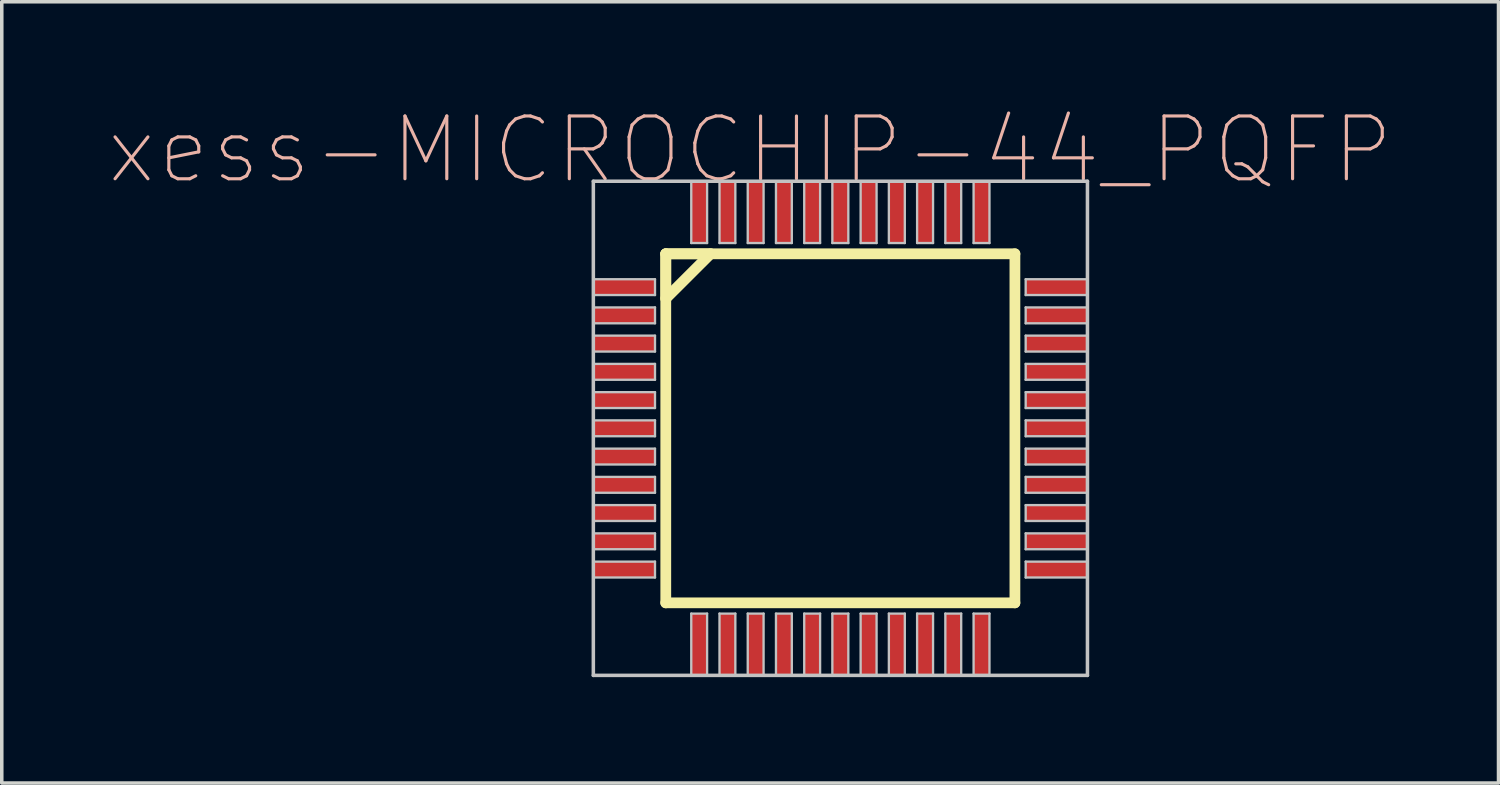
<source format=kicad_pcb>
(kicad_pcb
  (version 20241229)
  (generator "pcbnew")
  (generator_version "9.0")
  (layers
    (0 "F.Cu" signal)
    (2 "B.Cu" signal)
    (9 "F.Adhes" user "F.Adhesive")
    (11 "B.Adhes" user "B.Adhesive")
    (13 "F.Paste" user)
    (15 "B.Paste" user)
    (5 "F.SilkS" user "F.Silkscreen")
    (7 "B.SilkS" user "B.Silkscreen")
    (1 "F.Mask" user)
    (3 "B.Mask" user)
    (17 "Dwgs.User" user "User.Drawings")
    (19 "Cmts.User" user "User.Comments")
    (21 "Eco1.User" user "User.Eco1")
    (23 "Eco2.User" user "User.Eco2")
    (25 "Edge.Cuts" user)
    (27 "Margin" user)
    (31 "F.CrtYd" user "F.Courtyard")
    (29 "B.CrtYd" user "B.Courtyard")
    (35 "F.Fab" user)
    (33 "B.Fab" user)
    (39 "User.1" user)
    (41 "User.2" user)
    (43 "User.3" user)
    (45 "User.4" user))
  (footprint "xess-MICROCHIP-44_PQFP"
    (layer "F.Cu")
    (at 15.133 5.085)
    (property "Reference" "xess-MICROCHIP-44_PQFP" (at 3.068 -3.889 0) (layer "B.SilkS") (effects (font (size 1.778 1.778) (thickness 0.089))))
    (attr smd)
    (fp_line (start 0.678 -0.945) (end 0.678 0.323) (stroke (width 0.305) (type solid)) (layer "F.SilkS"))
    (fp_line (start 0.678 -0.945) (end 0.678 8.943) (stroke (width 0.305) (type solid)) (layer "F.SilkS"))
    (fp_line (start 0.678 0.323) (end 1.948 -0.945) (stroke (width 0.305) (type solid)) (layer "F.SilkS"))
    (fp_line (start 0.678 8.943) (end 10.569 8.943) (stroke (width 0.305) (type solid)) (layer "F.SilkS"))
    (fp_line (start 1.948 -0.945) (end 0.678 -0.945) (stroke (width 0.305) (type solid)) (layer "F.SilkS"))
    (fp_line (start 10.569 -0.945) (end 0.678 -0.945) (stroke (width 0.305) (type solid)) (layer "F.SilkS"))
    (fp_line (start 10.569 8.943) (end 10.569 -0.945) (stroke (width 0.305) (type solid)) (layer "F.SilkS"))
    (fp_line (start -1.374 -3) (end -1.374 10.998) (stroke (width 0.1) (type solid)) (layer "Dwgs.User"))
    (fp_line (start -1.374 -0.224) (end 0.373 -0.224) (stroke (width 0.066) (type solid)) (layer "Dwgs.User"))
    (fp_line (start -1.374 0.224) (end -1.374 -0.224) (stroke (width 0.066) (type solid)) (layer "Dwgs.User"))
    (fp_line (start -1.374 0.224) (end 0.373 0.224) (stroke (width 0.066) (type solid)) (layer "Dwgs.User"))
    (fp_line (start -1.374 0.574) (end 0.373 0.574) (stroke (width 0.066) (type solid)) (layer "Dwgs.User"))
    (fp_line (start -1.374 1.024) (end -1.374 0.574) (stroke (width 0.066) (type solid)) (layer "Dwgs.User"))
    (fp_line (start -1.374 1.024) (end 0.373 1.024) (stroke (width 0.066) (type solid)) (layer "Dwgs.User"))
    (fp_line (start -1.374 1.374) (end 0.373 1.374) (stroke (width 0.066) (type solid)) (layer "Dwgs.User"))
    (fp_line (start -1.374 1.824) (end -1.374 1.374) (stroke (width 0.066) (type solid)) (layer "Dwgs.User"))
    (fp_line (start -1.374 1.824) (end 0.373 1.824) (stroke (width 0.066) (type solid)) (layer "Dwgs.User"))
    (fp_line (start -1.374 2.174) (end 0.373 2.174) (stroke (width 0.066) (type solid)) (layer "Dwgs.User"))
    (fp_line (start -1.374 2.624) (end -1.374 2.174) (stroke (width 0.066) (type solid)) (layer "Dwgs.User"))
    (fp_line (start -1.374 2.624) (end 0.373 2.624) (stroke (width 0.066) (type solid)) (layer "Dwgs.User"))
    (fp_line (start -1.374 2.974) (end 0.373 2.974) (stroke (width 0.066) (type solid)) (layer "Dwgs.User"))
    (fp_line (start -1.374 3.424) (end -1.374 2.974) (stroke (width 0.066) (type solid)) (layer "Dwgs.User"))
    (fp_line (start -1.374 3.424) (end 0.373 3.424) (stroke (width 0.066) (type solid)) (layer "Dwgs.User"))
    (fp_line (start -1.374 3.774) (end 0.373 3.774) (stroke (width 0.066) (type solid)) (layer "Dwgs.User"))
    (fp_line (start -1.374 4.224) (end -1.374 3.774) (stroke (width 0.066) (type solid)) (layer "Dwgs.User"))
    (fp_line (start -1.374 4.224) (end 0.373 4.224) (stroke (width 0.066) (type solid)) (layer "Dwgs.User"))
    (fp_line (start -1.374 4.575) (end 0.373 4.575) (stroke (width 0.066) (type solid)) (layer "Dwgs.User"))
    (fp_line (start -1.374 5.024) (end -1.374 4.575) (stroke (width 0.066) (type solid)) (layer "Dwgs.User"))
    (fp_line (start -1.374 5.024) (end 0.373 5.024) (stroke (width 0.066) (type solid)) (layer "Dwgs.User"))
    (fp_line (start -1.374 5.375) (end 0.373 5.375) (stroke (width 0.066) (type solid)) (layer "Dwgs.User"))
    (fp_line (start -1.374 5.824) (end -1.374 5.375) (stroke (width 0.066) (type solid)) (layer "Dwgs.User"))
    (fp_line (start -1.374 5.824) (end 0.373 5.824) (stroke (width 0.066) (type solid)) (layer "Dwgs.User"))
    (fp_line (start -1.374 6.175) (end 0.373 6.175) (stroke (width 0.066) (type solid)) (layer "Dwgs.User"))
    (fp_line (start -1.374 6.624) (end -1.374 6.175) (stroke (width 0.066) (type solid)) (layer "Dwgs.User"))
    (fp_line (start -1.374 6.624) (end 0.373 6.624) (stroke (width 0.066) (type solid)) (layer "Dwgs.User"))
    (fp_line (start -1.374 6.975) (end 0.373 6.975) (stroke (width 0.066) (type solid)) (layer "Dwgs.User"))
    (fp_line (start -1.374 7.424) (end -1.374 6.975) (stroke (width 0.066) (type solid)) (layer "Dwgs.User"))
    (fp_line (start -1.374 7.424) (end 0.373 7.424) (stroke (width 0.066) (type solid)) (layer "Dwgs.User"))
    (fp_line (start -1.374 7.775) (end 0.373 7.775) (stroke (width 0.066) (type solid)) (layer "Dwgs.User"))
    (fp_line (start -1.374 8.225) (end -1.374 7.775) (stroke (width 0.066) (type solid)) (layer "Dwgs.User"))
    (fp_line (start -1.374 8.225) (end 0.373 8.225) (stroke (width 0.066) (type solid)) (layer "Dwgs.User"))
    (fp_line (start -1.374 10.998) (end 12.624 10.998) (stroke (width 0.1) (type solid)) (layer "Dwgs.User"))
    (fp_line (start 0.373 0.224) (end 0.373 -0.224) (stroke (width 0.066) (type solid)) (layer "Dwgs.User"))
    (fp_line (start 0.373 1.024) (end 0.373 0.574) (stroke (width 0.066) (type solid)) (layer "Dwgs.User"))
    (fp_line (start 0.373 1.824) (end 0.373 1.374) (stroke (width 0.066) (type solid)) (layer "Dwgs.User"))
    (fp_line (start 0.373 2.624) (end 0.373 2.174) (stroke (width 0.066) (type solid)) (layer "Dwgs.User"))
    (fp_line (start 0.373 3.424) (end 0.373 2.974) (stroke (width 0.066) (type solid)) (layer "Dwgs.User"))
    (fp_line (start 0.373 4.224) (end 0.373 3.774) (stroke (width 0.066) (type solid)) (layer "Dwgs.User"))
    (fp_line (start 0.373 5.024) (end 0.373 4.575) (stroke (width 0.066) (type solid)) (layer "Dwgs.User"))
    (fp_line (start 0.373 5.824) (end 0.373 5.375) (stroke (width 0.066) (type solid)) (layer "Dwgs.User"))
    (fp_line (start 0.373 6.624) (end 0.373 6.175) (stroke (width 0.066) (type solid)) (layer "Dwgs.User"))
    (fp_line (start 0.373 7.424) (end 0.373 6.975) (stroke (width 0.066) (type solid)) (layer "Dwgs.User"))
    (fp_line (start 0.373 8.225) (end 0.373 7.775) (stroke (width 0.066) (type solid)) (layer "Dwgs.User"))
    (fp_line (start 1.4 -3) (end 1.849 -3) (stroke (width 0.066) (type solid)) (layer "Dwgs.User"))
    (fp_line (start 1.4 -1.25) (end 1.4 -3) (stroke (width 0.066) (type solid)) (layer "Dwgs.User"))
    (fp_line (start 1.4 -1.25) (end 1.849 -1.25) (stroke (width 0.066) (type solid)) (layer "Dwgs.User"))
    (fp_line (start 1.4 9.248) (end 1.849 9.248) (stroke (width 0.066) (type solid)) (layer "Dwgs.User"))
    (fp_line (start 1.4 10.998) (end 1.4 9.248) (stroke (width 0.066) (type solid)) (layer "Dwgs.User"))
    (fp_line (start 1.4 10.998) (end 1.849 10.998) (stroke (width 0.066) (type solid)) (layer "Dwgs.User"))
    (fp_line (start 1.849 -1.25) (end 1.849 -3) (stroke (width 0.066) (type solid)) (layer "Dwgs.User"))
    (fp_line (start 1.849 10.998) (end 1.849 9.248) (stroke (width 0.066) (type solid)) (layer "Dwgs.User"))
    (fp_line (start 2.2 -3) (end 2.649 -3) (stroke (width 0.066) (type solid)) (layer "Dwgs.User"))
    (fp_line (start 2.2 -1.25) (end 2.2 -3) (stroke (width 0.066) (type solid)) (layer "Dwgs.User"))
    (fp_line (start 2.2 -1.25) (end 2.649 -1.25) (stroke (width 0.066) (type solid)) (layer "Dwgs.User"))
    (fp_line (start 2.2 9.248) (end 2.649 9.248) (stroke (width 0.066) (type solid)) (layer "Dwgs.User"))
    (fp_line (start 2.2 10.998) (end 2.2 9.248) (stroke (width 0.066) (type solid)) (layer "Dwgs.User"))
    (fp_line (start 2.2 10.998) (end 2.649 10.998) (stroke (width 0.066) (type solid)) (layer "Dwgs.User"))
    (fp_line (start 2.649 -1.25) (end 2.649 -3) (stroke (width 0.066) (type solid)) (layer "Dwgs.User"))
    (fp_line (start 2.649 10.998) (end 2.649 9.248) (stroke (width 0.066) (type solid)) (layer "Dwgs.User"))
    (fp_line (start 3 -3) (end 3.449 -3) (stroke (width 0.066) (type solid)) (layer "Dwgs.User"))
    (fp_line (start 3 -1.25) (end 3 -3) (stroke (width 0.066) (type solid)) (layer "Dwgs.User"))
    (fp_line (start 3 -1.25) (end 3.449 -1.25) (stroke (width 0.066) (type solid)) (layer "Dwgs.User"))
    (fp_line (start 3 9.248) (end 3.449 9.248) (stroke (width 0.066) (type solid)) (layer "Dwgs.User"))
    (fp_line (start 3 10.998) (end 3 9.248) (stroke (width 0.066) (type solid)) (layer "Dwgs.User"))
    (fp_line (start 3 10.998) (end 3.449 10.998) (stroke (width 0.066) (type solid)) (layer "Dwgs.User"))
    (fp_line (start 3.449 -1.25) (end 3.449 -3) (stroke (width 0.066) (type solid)) (layer "Dwgs.User"))
    (fp_line (start 3.449 10.998) (end 3.449 9.248) (stroke (width 0.066) (type solid)) (layer "Dwgs.User"))
    (fp_line (start 3.8 -3) (end 4.249 -3) (stroke (width 0.066) (type solid)) (layer "Dwgs.User"))
    (fp_line (start 3.8 -1.25) (end 3.8 -3) (stroke (width 0.066) (type solid)) (layer "Dwgs.User"))
    (fp_line (start 3.8 -1.25) (end 4.249 -1.25) (stroke (width 0.066) (type solid)) (layer "Dwgs.User"))
    (fp_line (start 3.8 9.248) (end 4.249 9.248) (stroke (width 0.066) (type solid)) (layer "Dwgs.User"))
    (fp_line (start 3.8 10.998) (end 3.8 9.248) (stroke (width 0.066) (type solid)) (layer "Dwgs.User"))
    (fp_line (start 3.8 10.998) (end 4.249 10.998) (stroke (width 0.066) (type solid)) (layer "Dwgs.User"))
    (fp_line (start 4.249 -1.25) (end 4.249 -3) (stroke (width 0.066) (type solid)) (layer "Dwgs.User"))
    (fp_line (start 4.249 10.998) (end 4.249 9.248) (stroke (width 0.066) (type solid)) (layer "Dwgs.User"))
    (fp_line (start 4.6 -3) (end 5.05 -3) (stroke (width 0.066) (type solid)) (layer "Dwgs.User"))
    (fp_line (start 4.6 -1.25) (end 4.6 -3) (stroke (width 0.066) (type solid)) (layer "Dwgs.User"))
    (fp_line (start 4.6 -1.25) (end 5.05 -1.25) (stroke (width 0.066) (type solid)) (layer "Dwgs.User"))
    (fp_line (start 4.6 9.248) (end 5.05 9.248) (stroke (width 0.066) (type solid)) (layer "Dwgs.User"))
    (fp_line (start 4.6 10.998) (end 4.6 9.248) (stroke (width 0.066) (type solid)) (layer "Dwgs.User"))
    (fp_line (start 4.6 10.998) (end 5.05 10.998) (stroke (width 0.066) (type solid)) (layer "Dwgs.User"))
    (fp_line (start 5.05 -1.25) (end 5.05 -3) (stroke (width 0.066) (type solid)) (layer "Dwgs.User"))
    (fp_line (start 5.05 10.998) (end 5.05 9.248) (stroke (width 0.066) (type solid)) (layer "Dwgs.User"))
    (fp_line (start 5.397 -3) (end 5.85 -3) (stroke (width 0.066) (type solid)) (layer "Dwgs.User"))
    (fp_line (start 5.397 -1.25) (end 5.397 -3) (stroke (width 0.066) (type solid)) (layer "Dwgs.User"))
    (fp_line (start 5.397 -1.25) (end 5.85 -1.25) (stroke (width 0.066) (type solid)) (layer "Dwgs.User"))
    (fp_line (start 5.397 9.248) (end 5.85 9.248) (stroke (width 0.066) (type solid)) (layer "Dwgs.User"))
    (fp_line (start 5.397 10.998) (end 5.397 9.248) (stroke (width 0.066) (type solid)) (layer "Dwgs.User"))
    (fp_line (start 5.397 10.998) (end 5.85 10.998) (stroke (width 0.066) (type solid)) (layer "Dwgs.User"))
    (fp_line (start 5.85 -1.25) (end 5.85 -3) (stroke (width 0.066) (type solid)) (layer "Dwgs.User"))
    (fp_line (start 5.85 10.998) (end 5.85 9.248) (stroke (width 0.066) (type solid)) (layer "Dwgs.User"))
    (fp_line (start 6.198 -3) (end 6.65 -3) (stroke (width 0.066) (type solid)) (layer "Dwgs.User"))
    (fp_line (start 6.198 -1.25) (end 6.198 -3) (stroke (width 0.066) (type solid)) (layer "Dwgs.User"))
    (fp_line (start 6.198 -1.25) (end 6.65 -1.25) (stroke (width 0.066) (type solid)) (layer "Dwgs.User"))
    (fp_line (start 6.198 9.248) (end 6.65 9.248) (stroke (width 0.066) (type solid)) (layer "Dwgs.User"))
    (fp_line (start 6.198 10.998) (end 6.198 9.248) (stroke (width 0.066) (type solid)) (layer "Dwgs.User"))
    (fp_line (start 6.198 10.998) (end 6.65 10.998) (stroke (width 0.066) (type solid)) (layer "Dwgs.User"))
    (fp_line (start 6.65 -1.25) (end 6.65 -3) (stroke (width 0.066) (type solid)) (layer "Dwgs.User"))
    (fp_line (start 6.65 10.998) (end 6.65 9.248) (stroke (width 0.066) (type solid)) (layer "Dwgs.User"))
    (fp_line (start 6.998 -3) (end 7.45 -3) (stroke (width 0.066) (type solid)) (layer "Dwgs.User"))
    (fp_line (start 6.998 -1.25) (end 6.998 -3) (stroke (width 0.066) (type solid)) (layer "Dwgs.User"))
    (fp_line (start 6.998 -1.25) (end 7.45 -1.25) (stroke (width 0.066) (type solid)) (layer "Dwgs.User"))
    (fp_line (start 6.998 9.248) (end 7.45 9.248) (stroke (width 0.066) (type solid)) (layer "Dwgs.User"))
    (fp_line (start 6.998 10.998) (end 6.998 9.248) (stroke (width 0.066) (type solid)) (layer "Dwgs.User"))
    (fp_line (start 6.998 10.998) (end 7.45 10.998) (stroke (width 0.066) (type solid)) (layer "Dwgs.User"))
    (fp_line (start 7.45 -1.25) (end 7.45 -3) (stroke (width 0.066) (type solid)) (layer "Dwgs.User"))
    (fp_line (start 7.45 10.998) (end 7.45 9.248) (stroke (width 0.066) (type solid)) (layer "Dwgs.User"))
    (fp_line (start 7.798 -3) (end 8.25 -3) (stroke (width 0.066) (type solid)) (layer "Dwgs.User"))
    (fp_line (start 7.798 -1.25) (end 7.798 -3) (stroke (width 0.066) (type solid)) (layer "Dwgs.User"))
    (fp_line (start 7.798 -1.25) (end 8.25 -1.25) (stroke (width 0.066) (type solid)) (layer "Dwgs.User"))
    (fp_line (start 7.798 9.248) (end 8.25 9.248) (stroke (width 0.066) (type solid)) (layer "Dwgs.User"))
    (fp_line (start 7.798 10.998) (end 7.798 9.248) (stroke (width 0.066) (type solid)) (layer "Dwgs.User"))
    (fp_line (start 7.798 10.998) (end 8.25 10.998) (stroke (width 0.066) (type solid)) (layer "Dwgs.User"))
    (fp_line (start 8.25 -1.25) (end 8.25 -3) (stroke (width 0.066) (type solid)) (layer "Dwgs.User"))
    (fp_line (start 8.25 10.998) (end 8.25 9.248) (stroke (width 0.066) (type solid)) (layer "Dwgs.User"))
    (fp_line (start 8.598 -3) (end 9.047 -3) (stroke (width 0.066) (type solid)) (layer "Dwgs.User"))
    (fp_line (start 8.598 -1.25) (end 8.598 -3) (stroke (width 0.066) (type solid)) (layer "Dwgs.User"))
    (fp_line (start 8.598 -1.25) (end 9.047 -1.25) (stroke (width 0.066) (type solid)) (layer "Dwgs.User"))
    (fp_line (start 8.598 9.248) (end 9.047 9.248) (stroke (width 0.066) (type solid)) (layer "Dwgs.User"))
    (fp_line (start 8.598 10.998) (end 8.598 9.248) (stroke (width 0.066) (type solid)) (layer "Dwgs.User"))
    (fp_line (start 8.598 10.998) (end 9.047 10.998) (stroke (width 0.066) (type solid)) (layer "Dwgs.User"))
    (fp_line (start 9.047 -1.25) (end 9.047 -3) (stroke (width 0.066) (type solid)) (layer "Dwgs.User"))
    (fp_line (start 9.047 10.998) (end 9.047 9.248) (stroke (width 0.066) (type solid)) (layer "Dwgs.User"))
    (fp_line (start 9.398 -3) (end 9.848 -3) (stroke (width 0.066) (type solid)) (layer "Dwgs.User"))
    (fp_line (start 9.398 -1.25) (end 9.398 -3) (stroke (width 0.066) (type solid)) (layer "Dwgs.User"))
    (fp_line (start 9.398 -1.25) (end 9.848 -1.25) (stroke (width 0.066) (type solid)) (layer "Dwgs.User"))
    (fp_line (start 9.398 9.248) (end 9.848 9.248) (stroke (width 0.066) (type solid)) (layer "Dwgs.User"))
    (fp_line (start 9.398 10.998) (end 9.398 9.248) (stroke (width 0.066) (type solid)) (layer "Dwgs.User"))
    (fp_line (start 9.398 10.998) (end 9.848 10.998) (stroke (width 0.066) (type solid)) (layer "Dwgs.User"))
    (fp_line (start 9.848 -1.25) (end 9.848 -3) (stroke (width 0.066) (type solid)) (layer "Dwgs.User"))
    (fp_line (start 9.848 10.998) (end 9.848 9.248) (stroke (width 0.066) (type solid)) (layer "Dwgs.User"))
    (fp_line (start 10.874 -0.224) (end 12.624 -0.224) (stroke (width 0.066) (type solid)) (layer "Dwgs.User"))
    (fp_line (start 10.874 0.224) (end 10.874 -0.224) (stroke (width 0.066) (type solid)) (layer "Dwgs.User"))
    (fp_line (start 10.874 0.224) (end 12.624 0.224) (stroke (width 0.066) (type solid)) (layer "Dwgs.User"))
    (fp_line (start 10.874 0.574) (end 12.624 0.574) (stroke (width 0.066) (type solid)) (layer "Dwgs.User"))
    (fp_line (start 10.874 1.024) (end 10.874 0.574) (stroke (width 0.066) (type solid)) (layer "Dwgs.User"))
    (fp_line (start 10.874 1.024) (end 12.624 1.024) (stroke (width 0.066) (type solid)) (layer "Dwgs.User"))
    (fp_line (start 10.874 1.374) (end 12.624 1.374) (stroke (width 0.066) (type solid)) (layer "Dwgs.User"))
    (fp_line (start 10.874 1.824) (end 10.874 1.374) (stroke (width 0.066) (type solid)) (layer "Dwgs.User"))
    (fp_line (start 10.874 1.824) (end 12.624 1.824) (stroke (width 0.066) (type solid)) (layer "Dwgs.User"))
    (fp_line (start 10.874 2.174) (end 12.624 2.174) (stroke (width 0.066) (type solid)) (layer "Dwgs.User"))
    (fp_line (start 10.874 2.624) (end 10.874 2.174) (stroke (width 0.066) (type solid)) (layer "Dwgs.User"))
    (fp_line (start 10.874 2.624) (end 12.624 2.624) (stroke (width 0.066) (type solid)) (layer "Dwgs.User"))
    (fp_line (start 10.874 2.974) (end 12.624 2.974) (stroke (width 0.066) (type solid)) (layer "Dwgs.User"))
    (fp_line (start 10.874 3.424) (end 10.874 2.974) (stroke (width 0.066) (type solid)) (layer "Dwgs.User"))
    (fp_line (start 10.874 3.424) (end 12.624 3.424) (stroke (width 0.066) (type solid)) (layer "Dwgs.User"))
    (fp_line (start 10.874 3.774) (end 12.624 3.774) (stroke (width 0.066) (type solid)) (layer "Dwgs.User"))
    (fp_line (start 10.874 4.224) (end 10.874 3.774) (stroke (width 0.066) (type solid)) (layer "Dwgs.User"))
    (fp_line (start 10.874 4.224) (end 12.624 4.224) (stroke (width 0.066) (type solid)) (layer "Dwgs.User"))
    (fp_line (start 10.874 4.575) (end 12.624 4.575) (stroke (width 0.066) (type solid)) (layer "Dwgs.User"))
    (fp_line (start 10.874 5.024) (end 10.874 4.575) (stroke (width 0.066) (type solid)) (layer "Dwgs.User"))
    (fp_line (start 10.874 5.024) (end 12.624 5.024) (stroke (width 0.066) (type solid)) (layer "Dwgs.User"))
    (fp_line (start 10.874 5.375) (end 12.624 5.375) (stroke (width 0.066) (type solid)) (layer "Dwgs.User"))
    (fp_line (start 10.874 5.824) (end 10.874 5.375) (stroke (width 0.066) (type solid)) (layer "Dwgs.User"))
    (fp_line (start 10.874 5.824) (end 12.624 5.824) (stroke (width 0.066) (type solid)) (layer "Dwgs.User"))
    (fp_line (start 10.874 6.175) (end 12.624 6.175) (stroke (width 0.066) (type solid)) (layer "Dwgs.User"))
    (fp_line (start 10.874 6.624) (end 10.874 6.175) (stroke (width 0.066) (type solid)) (layer "Dwgs.User"))
    (fp_line (start 10.874 6.624) (end 12.624 6.624) (stroke (width 0.066) (type solid)) (layer "Dwgs.User"))
    (fp_line (start 10.874 6.975) (end 12.624 6.975) (stroke (width 0.066) (type solid)) (layer "Dwgs.User"))
    (fp_line (start 10.874 7.424) (end 10.874 6.975) (stroke (width 0.066) (type solid)) (layer "Dwgs.User"))
    (fp_line (start 10.874 7.424) (end 12.624 7.424) (stroke (width 0.066) (type solid)) (layer "Dwgs.User"))
    (fp_line (start 10.874 7.775) (end 12.624 7.775) (stroke (width 0.066) (type solid)) (layer "Dwgs.User"))
    (fp_line (start 10.874 8.225) (end 10.874 7.775) (stroke (width 0.066) (type solid)) (layer "Dwgs.User"))
    (fp_line (start 10.874 8.225) (end 12.624 8.225) (stroke (width 0.066) (type solid)) (layer "Dwgs.User"))
    (fp_line (start 12.624 -3) (end -1.374 -3) (stroke (width 0.1) (type solid)) (layer "Dwgs.User"))
    (fp_line (start 12.624 0.224) (end 12.624 -0.224) (stroke (width 0.066) (type solid)) (layer "Dwgs.User"))
    (fp_line (start 12.624 1.024) (end 12.624 0.574) (stroke (width 0.066) (type solid)) (layer "Dwgs.User"))
    (fp_line (start 12.624 1.824) (end 12.624 1.374) (stroke (width 0.066) (type solid)) (layer "Dwgs.User"))
    (fp_line (start 12.624 2.624) (end 12.624 2.174) (stroke (width 0.066) (type solid)) (layer "Dwgs.User"))
    (fp_line (start 12.624 3.424) (end 12.624 2.974) (stroke (width 0.066) (type solid)) (layer "Dwgs.User"))
    (fp_line (start 12.624 4.224) (end 12.624 3.774) (stroke (width 0.066) (type solid)) (layer "Dwgs.User"))
    (fp_line (start 12.624 5.024) (end 12.624 4.575) (stroke (width 0.066) (type solid)) (layer "Dwgs.User"))
    (fp_line (start 12.624 5.824) (end 12.624 5.375) (stroke (width 0.066) (type solid)) (layer "Dwgs.User"))
    (fp_line (start 12.624 6.624) (end 12.624 6.175) (stroke (width 0.066) (type solid)) (layer "Dwgs.User"))
    (fp_line (start 12.624 7.424) (end 12.624 6.975) (stroke (width 0.066) (type solid)) (layer "Dwgs.User"))
    (fp_line (start 12.624 8.225) (end 12.624 7.775) (stroke (width 0.066) (type solid)) (layer "Dwgs.User"))
    (fp_line (start 12.624 10.998) (end 12.624 -3) (stroke (width 0.1) (type solid)) (layer "Dwgs.User"))
    (pad "1" smd rect (at -0.498 0) (size 1.748 0.45) (layers "F.Cu" "F.Mask" "F.Paste"))
    (pad "2" smd rect (at -0.498 0.798) (size 1.748 0.45) (layers "F.Cu" "F.Mask" "F.Paste"))
    (pad "3" smd rect (at -0.498 1.598) (size 1.748 0.45) (layers "F.Cu" "F.Mask" "F.Paste"))
    (pad "4" smd rect (at -0.498 2.398) (size 1.748 0.45) (layers "F.Cu" "F.Mask" "F.Paste"))
    (pad "5" smd rect (at -0.498 3.198) (size 1.748 0.45) (layers "F.Cu" "F.Mask" "F.Paste"))
    (pad "6" smd rect (at -0.498 3.998) (size 1.748 0.45) (layers "F.Cu" "F.Mask" "F.Paste"))
    (pad "7" smd rect (at -0.498 4.798) (size 1.748 0.45) (layers "F.Cu" "F.Mask" "F.Paste"))
    (pad "8" smd rect (at -0.498 5.598) (size 1.748 0.45) (layers "F.Cu" "F.Mask" "F.Paste"))
    (pad "9" smd rect (at -0.498 6.398) (size 1.748 0.45) (layers "F.Cu" "F.Mask" "F.Paste"))
    (pad "10" smd rect (at -0.498 7.198) (size 1.748 0.45) (layers "F.Cu" "F.Mask" "F.Paste"))
    (pad "11" smd rect (at -0.498 7.998) (size 1.748 0.45) (layers "F.Cu" "F.Mask" "F.Paste"))
    (pad "12" smd rect (at 1.623 10.124) (size 0.45 1.748) (layers "F.Cu" "F.Mask" "F.Paste"))
    (pad "13" smd rect (at 2.423 10.124) (size 0.45 1.748) (layers "F.Cu" "F.Mask" "F.Paste"))
    (pad "14" smd rect (at 3.223 10.124) (size 0.45 1.748) (layers "F.Cu" "F.Mask" "F.Paste"))
    (pad "15" smd rect (at 4.023 10.124) (size 0.45 1.748) (layers "F.Cu" "F.Mask" "F.Paste"))
    (pad "16" smd rect (at 4.823 10.124) (size 0.45 1.748) (layers "F.Cu" "F.Mask" "F.Paste"))
    (pad "17" smd rect (at 5.624 10.124) (size 0.45 1.748) (layers "F.Cu" "F.Mask" "F.Paste"))
    (pad "18" smd rect (at 6.424 10.124) (size 0.45 1.748) (layers "F.Cu" "F.Mask" "F.Paste"))
    (pad "19" smd rect (at 7.224 10.124) (size 0.45 1.748) (layers "F.Cu" "F.Mask" "F.Paste"))
    (pad "20" smd rect (at 8.024 10.124) (size 0.45 1.748) (layers "F.Cu" "F.Mask" "F.Paste"))
    (pad "21" smd rect (at 8.824 10.124) (size 0.45 1.748) (layers "F.Cu" "F.Mask" "F.Paste"))
    (pad "22" smd rect (at 9.624 10.124) (size 0.45 1.748) (layers "F.Cu" "F.Mask" "F.Paste"))
    (pad "23" smd rect (at 11.748 7.998) (size 1.748 0.45) (layers "F.Cu" "F.Mask" "F.Paste"))
    (pad "24" smd rect (at 11.748 7.198) (size 1.748 0.45) (layers "F.Cu" "F.Mask" "F.Paste"))
    (pad "25" smd rect (at 11.748 6.398) (size 1.748 0.45) (layers "F.Cu" "F.Mask" "F.Paste"))
    (pad "26" smd rect (at 11.748 5.598) (size 1.748 0.45) (layers "F.Cu" "F.Mask" "F.Paste"))
    (pad "27" smd rect (at 11.748 4.798) (size 1.748 0.45) (layers "F.Cu" "F.Mask" "F.Paste"))
    (pad "28" smd rect (at 11.748 3.998) (size 1.748 0.45) (layers "F.Cu" "F.Mask" "F.Paste"))
    (pad "29" smd rect (at 11.748 3.198) (size 1.748 0.45) (layers "F.Cu" "F.Mask" "F.Paste"))
    (pad "30" smd rect (at 11.748 2.398) (size 1.748 0.45) (layers "F.Cu" "F.Mask" "F.Paste"))
    (pad "31" smd rect (at 11.748 1.598) (size 1.748 0.45) (layers "F.Cu" "F.Mask" "F.Paste"))
    (pad "32" smd rect (at 11.748 0.798) (size 1.748 0.45) (layers "F.Cu" "F.Mask" "F.Paste"))
    (pad "33" smd rect (at 11.748 0) (size 1.748 0.45) (layers "F.Cu" "F.Mask" "F.Paste"))
    (pad "34" smd rect (at 9.624 -2.123) (size 0.45 1.748) (layers "F.Cu" "F.Mask" "F.Paste"))
    (pad "35" smd rect (at 8.824 -2.123) (size 0.45 1.748) (layers "F.Cu" "F.Mask" "F.Paste"))
    (pad "36" smd rect (at 8.024 -2.123) (size 0.45 1.748) (layers "F.Cu" "F.Mask" "F.Paste"))
    (pad "37" smd rect (at 7.224 -2.123) (size 0.45 1.748) (layers "F.Cu" "F.Mask" "F.Paste"))
    (pad "38" smd rect (at 6.424 -2.123) (size 0.45 1.748) (layers "F.Cu" "F.Mask" "F.Paste"))
    (pad "39" smd rect (at 5.624 -2.123) (size 0.45 1.748) (layers "F.Cu" "F.Mask" "F.Paste"))
    (pad "40" smd rect (at 4.823 -2.123) (size 0.45 1.748) (layers "F.Cu" "F.Mask" "F.Paste"))
    (pad "41" smd rect (at 4.023 -2.123) (size 0.45 1.748) (layers "F.Cu" "F.Mask" "F.Paste"))
    (pad "42" smd rect (at 3.223 -2.123) (size 0.45 1.748) (layers "F.Cu" "F.Mask" "F.Paste"))
    (pad "43" smd rect (at 2.423 -2.123) (size 0.45 1.748) (layers "F.Cu" "F.Mask" "F.Paste"))
    (pad "44" smd rect (at 1.623 -2.123) (size 0.45 1.748) (layers "F.Cu" "F.Mask" "F.Paste")))
  (gr_rect
    (start -3 -3)
    (end 39.402 19.133)
    (stroke (width 0.1) (type default))
    (fill no)
    (layer "Edge.Cuts")))
</source>
